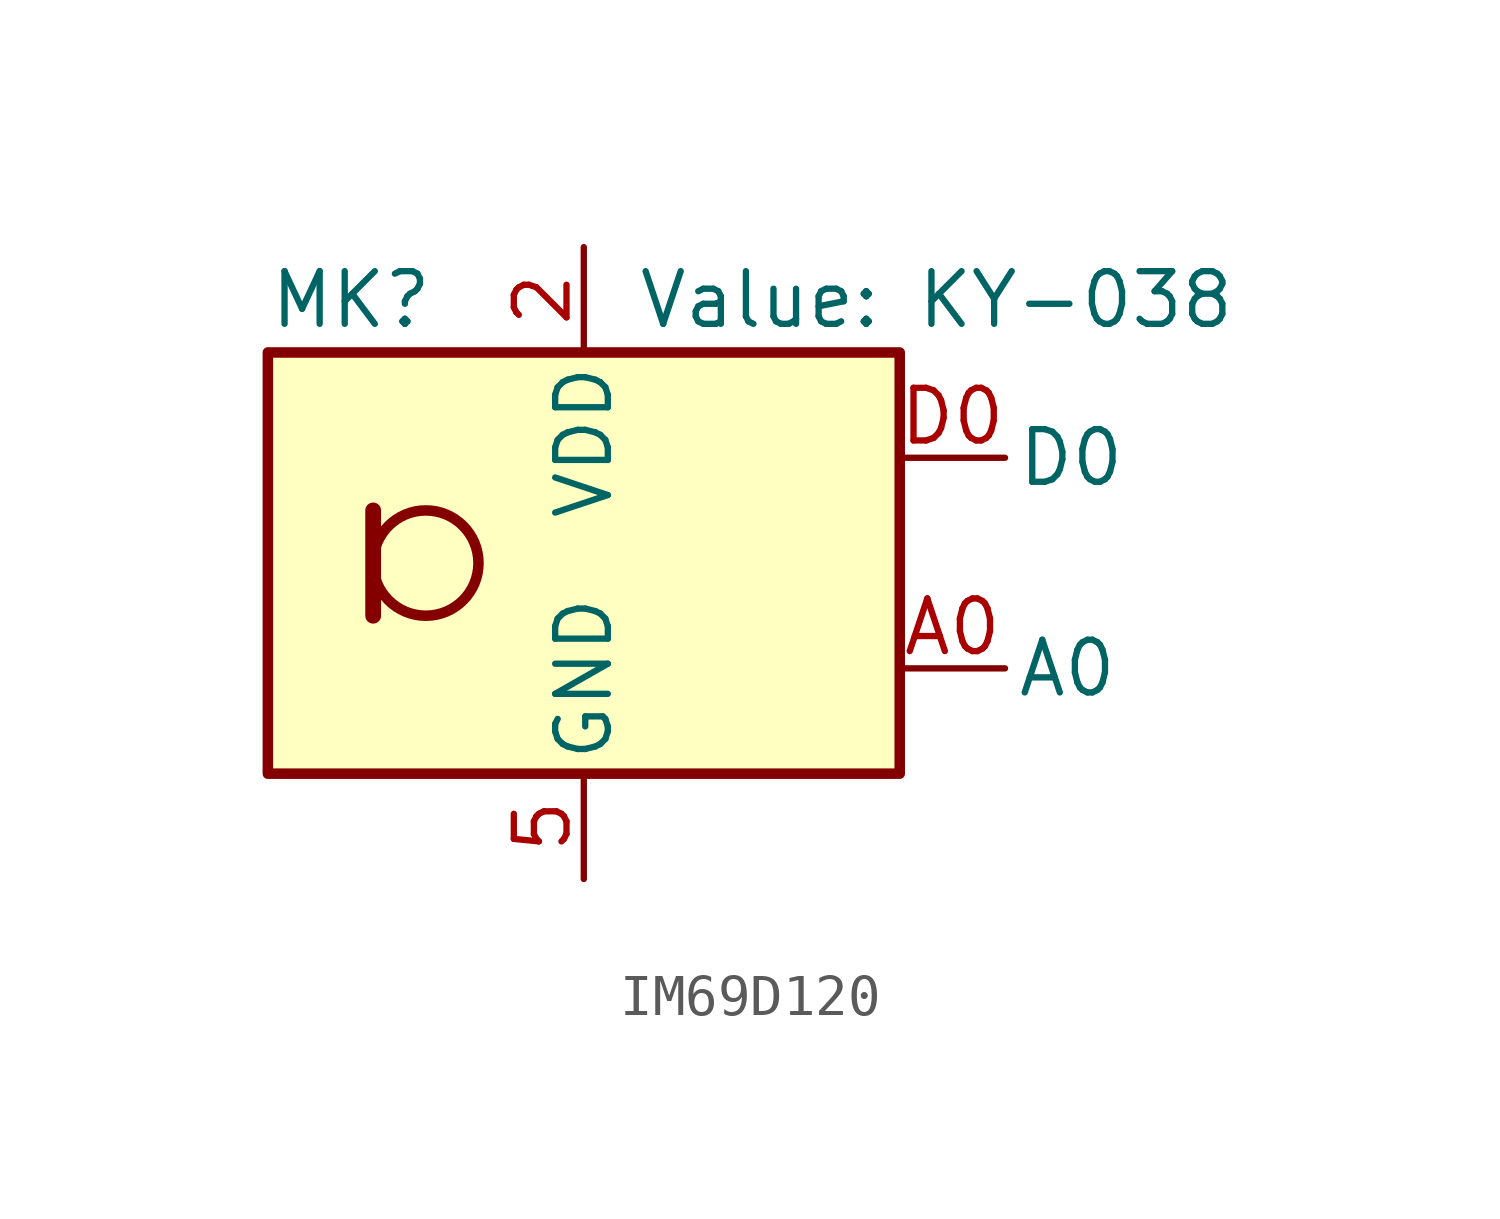
<source format=kicad_sym>
(kicad_symbol_lib
  (version 20220914)
  (generator kicad_symbol_editor)
  (symbol "IM69D120"
    (pin_names
      (offset 0.254))
    (property "Reference" "MK"
      (at -7.62 6.35 0)
      (effects (font (size 1.27 1.27)) (justify left)))
    (property "Value" "KY-038"
      (at 1.27 6.35 0)
      (show_name)
      (effects (font (size 1.27 1.27)) (justify left)))
    (symbol "IM69D120_0_1"
      (rectangle (start -7.62 5.08) (end 7.62 -5.08) (stroke (width 0.254) (type default)) (fill (type background)))
      (circle (center -3.81 0) (radius 1.27) (stroke (width 0.254) (type default)) (fill (type none)))
      (polyline (pts (xy -5.08 1.27) (xy -5.08 -1.27)) (stroke (width 0.381) (type default)) (fill (type none))))
    (symbol "IM69D120_1_1"
      (pin power_in line (at 0 7.62 270) (length 2.54) (name "VDD" (effects (font (size 1.27 1.27)))) (number "2" (effects (font (size 1.27 1.27)))))
      (pin power_in line (at 0 -7.62 90) (length 2.54) (name "GND" (effects (font (size 1.27 1.27)))) (number "5" (effects (font (size 1.27 1.27)))))
      (pin output line (at 7.62 -2.54 0) (length 2.54) (name "A0" (effects (font (size 1.27 1.27)))) (number "A0" (effects (font (size 1.27 1.27)))))
      (pin output line (at 7.62 2.54 0) (length 2.54) (name "D0" (effects (font (size 1.27 1.27)))) (number "D0" (effects (font (size 1.27 1.27))))))))
</source>
